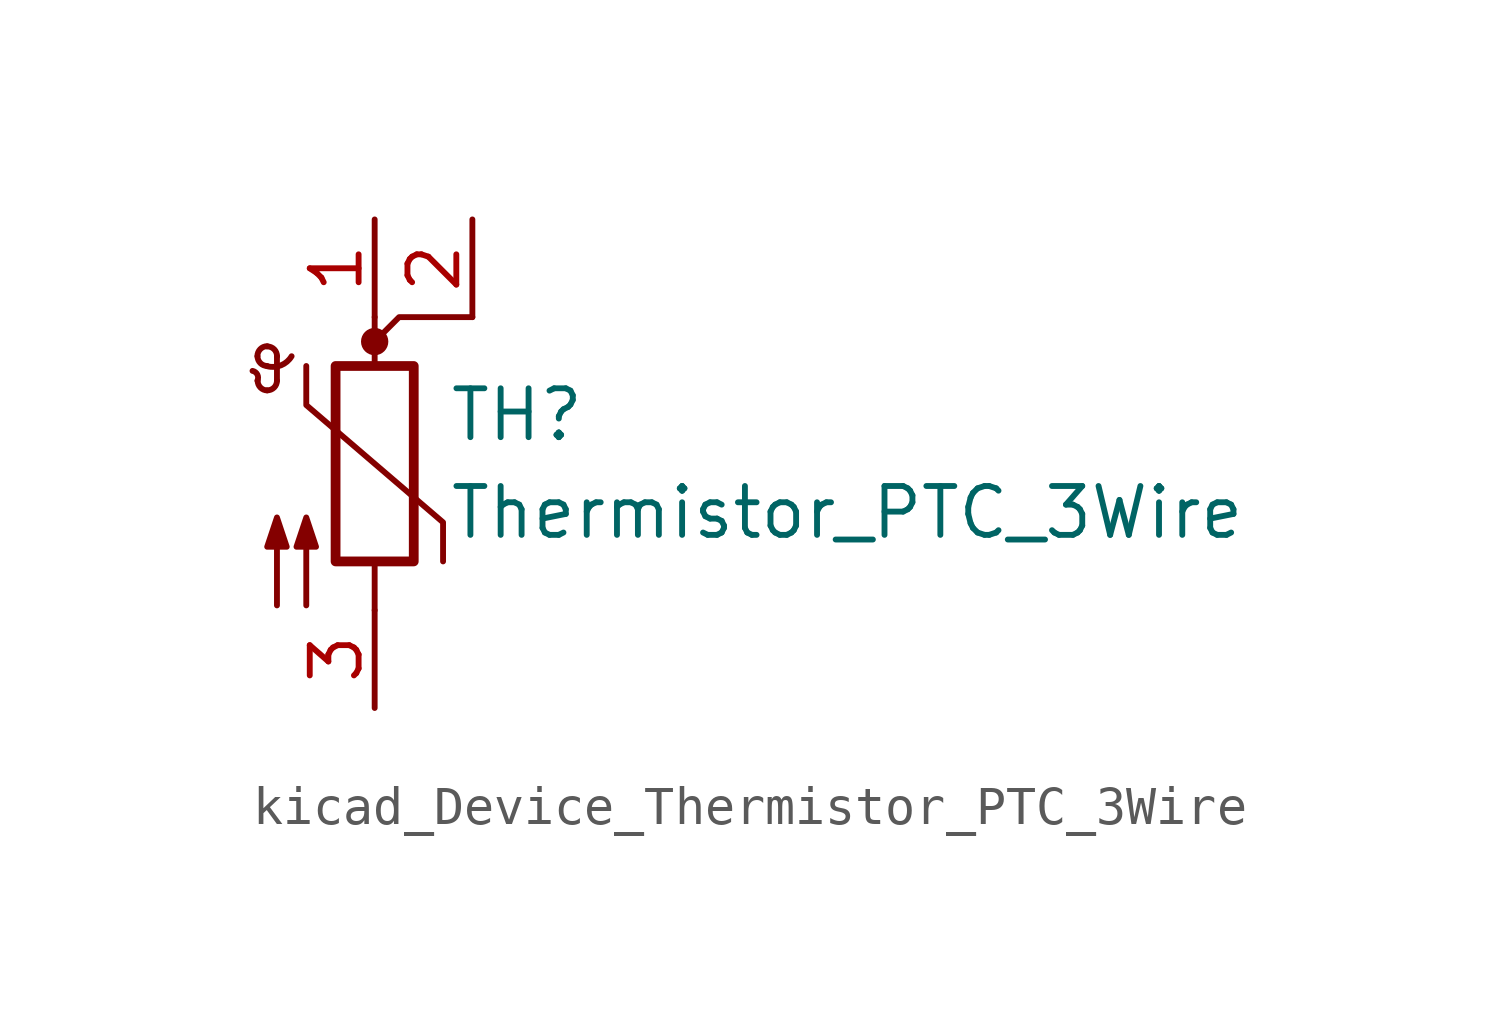
<source format=kicad_sym>
(kicad_symbol_lib
  (version 20220914)
  (generator kicad_symbol_editor)
  (symbol "kicad_Device_Thermistor_PTC_3Wire"
    (pin_names
      (offset 0))
    (property "Reference" "TH"
      (at 1.905 1.27 0)
      (effects (font (size 1.27 1.27)) (justify left)))
    (property "Value" "Thermistor_PTC_3Wire"
      (at 1.905 -1.27 0)
      (effects (font (size 1.27 1.27)) (justify left)))
    (symbol "kicad_Device_Thermistor_PTC_3Wire_0_1"
      (arc (start -3.048 2.159) (mid -3.0495 2.3143) (end -3.175 2.413) (stroke (width 0) (type default)) (fill (type none)))
      (arc (start -3.048 2.159) (mid -2.9736 1.9794) (end -2.794 1.905) (stroke (width 0) (type default)) (fill (type none)))
      (arc (start -3.048 2.794) (mid -2.9736 2.6144) (end -2.794 2.54) (stroke (width 0) (type default)) (fill (type none)))
      (arc (start -2.794 1.905) (mid -2.6144 1.9794) (end -2.54 2.159) (stroke (width 0) (type default)) (fill (type none)))
      (arc (start -2.794 2.54) (mid -2.4393 2.5587) (end -2.159 2.794) (stroke (width 0) (type default)) (fill (type none)))
      (arc (start -2.794 3.048) (mid -2.9736 2.9736) (end -3.048 2.794) (stroke (width 0) (type default)) (fill (type none)))
      (arc (start -2.54 2.794) (mid -2.6144 2.9736) (end -2.794 3.048) (stroke (width 0) (type default)) (fill (type none)))
      (rectangle (start -1.016 2.54) (end 1.016 -2.54) (stroke (width 0.254) (type default)) (fill (type none)))
      (polyline (pts (xy -2.54 2.159) (xy -2.54 2.794)) (stroke (width 0) (type default)) (fill (type none)))
      (polyline (pts (xy 0 -3.81) (xy 0 -2.54)) (stroke (width 0) (type default)) (fill (type none)))
      (polyline (pts (xy 0 3.81) (xy 0 2.54)) (stroke (width 0) (type default)) (fill (type none)))
      (polyline (pts (xy 2.54 3.81) (xy 0.635 3.81) (xy 0 3.175)) (stroke (width 0) (type default)) (fill (type none)))
      (polyline (pts (xy -1.778 2.54) (xy -1.778 1.524) (xy 1.778 -1.524) (xy 1.778 -2.54)) (stroke (width 0) (type default)) (fill (type none)))
      (polyline (pts (xy -2.54 -3.683) (xy -2.54 -1.397) (xy -2.794 -2.159) (xy -2.286 -2.159) (xy -2.54 -1.397) (xy -2.54 -1.651)) (stroke (width 0) (type default)) (fill (type outline)))
      (polyline (pts (xy -1.778 -3.683) (xy -1.778 -1.397) (xy -2.032 -2.159) (xy -1.524 -2.159) (xy -1.778 -1.397) (xy -1.778 -1.651)) (stroke (width 0) (type default)) (fill (type outline)))
      (circle (center 0 3.175) (radius 0.279) (stroke (width 0) (type default)) (fill (type outline))))
    (symbol "kicad_Device_Thermistor_PTC_3Wire_1_1"
      (pin passive line (at 0 6.35 270) (length 2.54) (name "~" (effects (font (size 1.27 1.27)))) (number "1" (effects (font (size 1.27 1.27)))))
      (pin passive line (at 2.54 6.35 270) (length 2.54) (name "~" (effects (font (size 1.27 1.27)))) (number "2" (effects (font (size 1.27 1.27)))))
      (pin passive line (at 0 -6.35 90) (length 2.54) (name "~" (effects (font (size 1.27 1.27)))) (number "3" (effects (font (size 1.27 1.27))))))))
</source>
